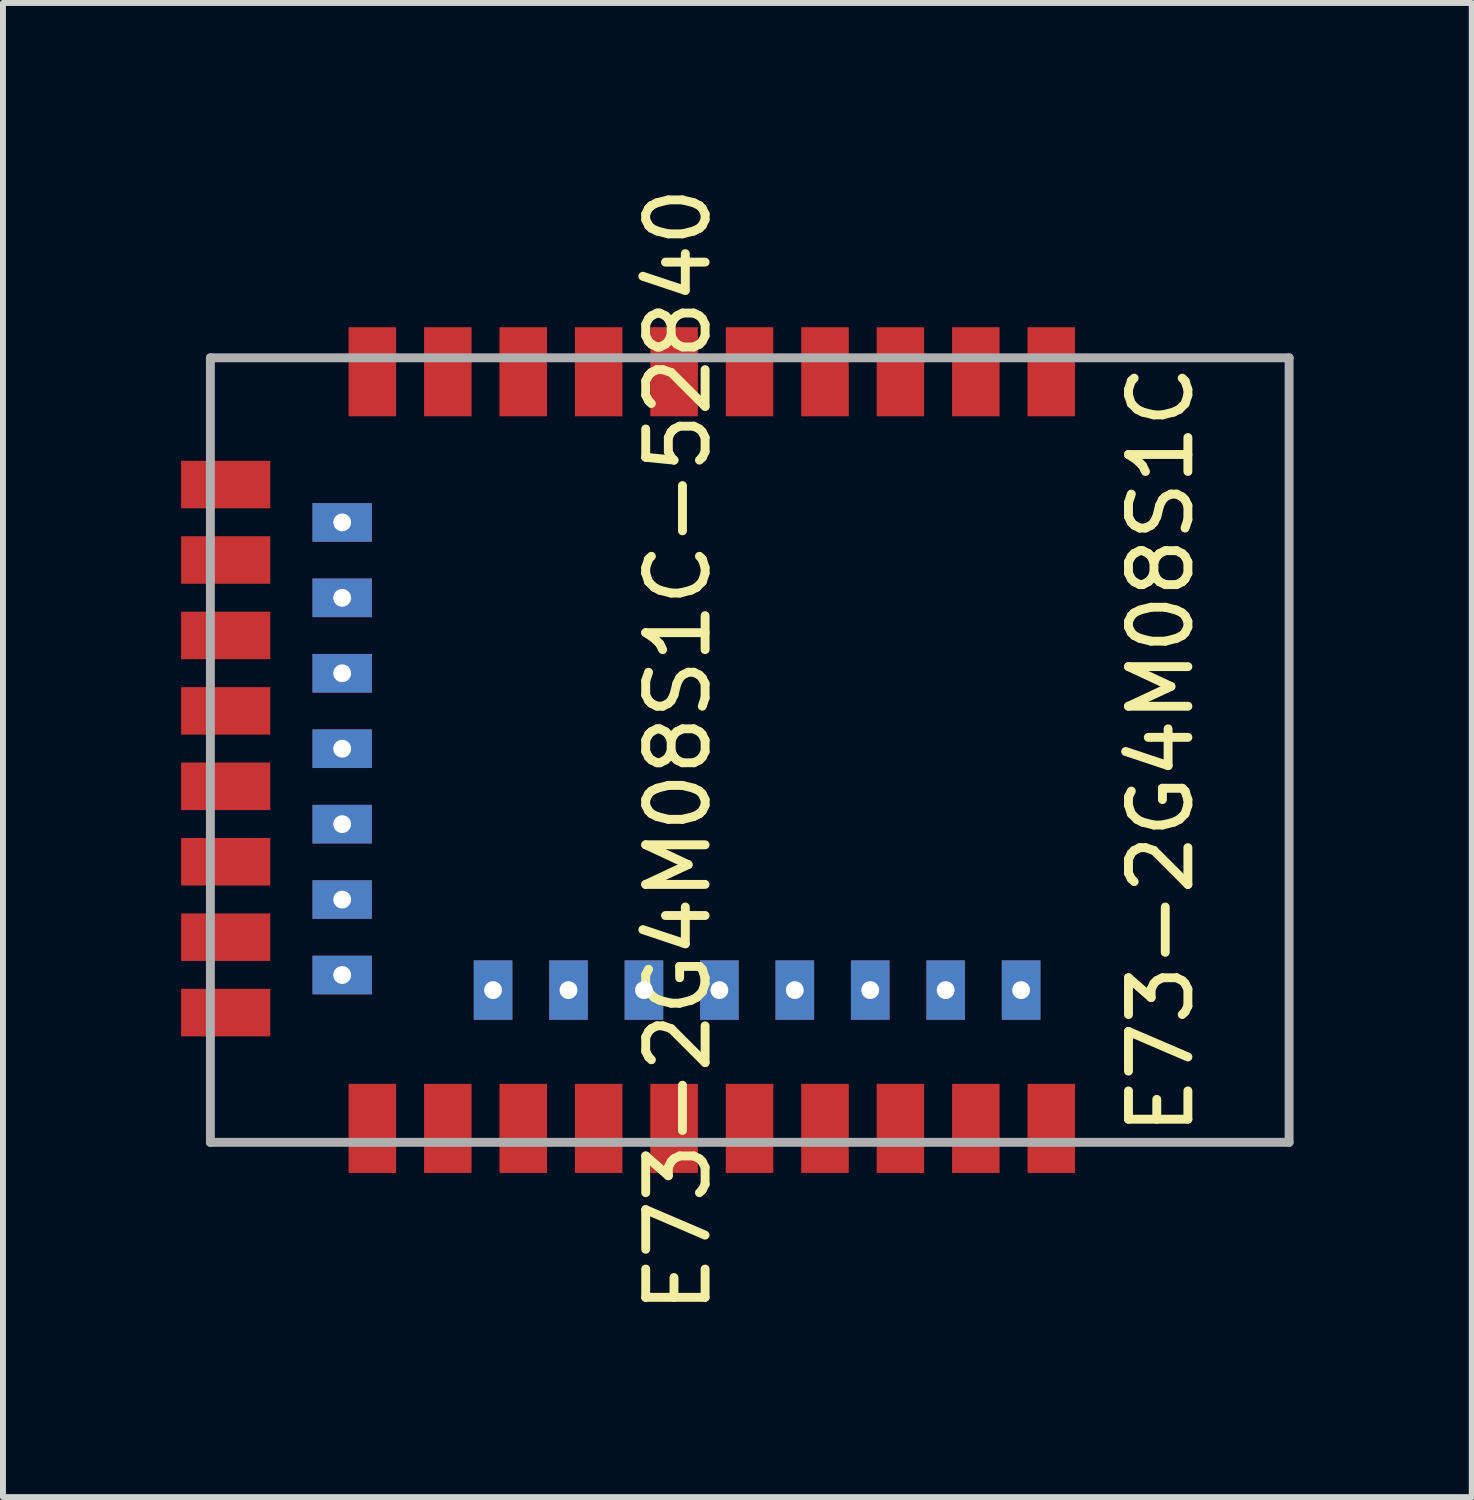
<source format=kicad_pcb>
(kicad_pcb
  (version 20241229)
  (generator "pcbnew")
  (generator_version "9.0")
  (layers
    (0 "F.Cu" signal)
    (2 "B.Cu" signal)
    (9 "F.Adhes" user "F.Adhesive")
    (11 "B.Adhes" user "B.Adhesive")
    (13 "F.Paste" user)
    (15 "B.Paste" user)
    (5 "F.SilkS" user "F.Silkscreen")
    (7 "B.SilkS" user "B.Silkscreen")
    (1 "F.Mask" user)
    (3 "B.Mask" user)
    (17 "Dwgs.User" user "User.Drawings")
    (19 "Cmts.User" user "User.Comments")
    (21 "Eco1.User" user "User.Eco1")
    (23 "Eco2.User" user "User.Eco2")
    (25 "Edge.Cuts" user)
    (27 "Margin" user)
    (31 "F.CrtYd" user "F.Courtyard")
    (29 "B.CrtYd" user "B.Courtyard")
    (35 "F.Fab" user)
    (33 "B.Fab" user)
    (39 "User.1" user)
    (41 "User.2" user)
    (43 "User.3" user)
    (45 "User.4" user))
  (footprint "E73-2G4M08S1C-52840"
    (layer "F.Cu")
    (at 0.619 9.578)
    (property "Reference" "E73-2G4M08S1C-52840" (at 7.747 -0.000467 270) (layer "F.SilkS") (effects (font (size 1 1) (thickness 0.15))))
    (attr through_hole)
    (fp_line (start -0.127 -6.604) (end -0.127 6.604) (stroke (width 0.15) (type solid)) (layer "F.Fab"))
    (fp_line (start -0.127 6.604) (end 18.034 6.604) (stroke (width 0.15) (type solid)) (layer "F.Fab"))
    (fp_line (start 18.034 -6.604) (end -0.127 -6.604) (stroke (width 0.15) (type solid)) (layer "F.Fab"))
    (fp_line (start 18.034 6.604) (end 18.034 -6.604) (stroke (width 0.15) (type solid)) (layer "F.Fab"))
    (fp_text user "E73-2G4M08S1C" (at 15.875 0 90) (layer "F.SilkS") (effects (font (size 1 1) (thickness 0.15))))
    (pad "1" smd rect (at 14.03 -6.369) (size 0.8 1.5) (layers "F.Cu" "F.Mask" "F.Paste"))
    (pad "2" smd rect (at 12.76 -6.369) (size 0.8 1.5) (layers "F.Cu" "F.Mask" "F.Paste"))
    (pad "3" smd rect (at 11.49 -6.369) (size 0.8 1.5) (layers "F.Cu" "F.Mask" "F.Paste"))
    (pad "4" smd rect (at 10.22 -6.369) (size 0.8 1.5) (layers "F.Cu" "F.Mask" "F.Paste"))
    (pad "5" smd rect (at 8.95 -6.369) (size 0.8 1.5) (layers "F.Cu" "F.Mask" "F.Paste"))
    (pad "6" smd rect (at 7.68 -6.369) (size 0.8 1.5) (layers "F.Cu" "F.Mask" "F.Paste"))
    (pad "7" smd rect (at 6.41 -6.369) (size 0.8 1.5) (layers "F.Cu" "F.Mask" "F.Paste"))
    (pad "8" smd rect (at 5.14 -6.369) (size 0.8 1.5) (layers "F.Cu" "F.Mask" "F.Paste"))
    (pad "9" smd rect (at 3.87 -6.369) (size 0.8 1.5) (layers "F.Cu" "F.Mask" "F.Paste"))
    (pad "10" smd rect (at 2.6 -6.369) (size 0.8 1.5) (layers "F.Cu" "F.Mask" "F.Paste"))
    (pad "11" smd rect (at 0.131 -4.47 90) (size 0.8 1.5) (layers "F.Cu" "F.Mask" "F.Paste"))
    (pad "12" thru_hole rect (at 2.092 -3.833 90) (size 0.65 1) (drill 0.3) (layers "*.Cu" "*.Mask"))
    (pad "13" smd rect (at 0.131 -3.2 90) (size 0.8 1.5) (layers "F.Cu" "F.Mask" "F.Paste"))
    (pad "14" thru_hole rect (at 2.092 -2.563 90) (size 0.65 1) (drill 0.3) (layers "*.Cu" "*.Mask"))
    (pad "15" smd rect (at 0.131 -1.93 90) (size 0.8 1.5) (layers "F.Cu" "F.Mask" "F.Paste"))
    (pad "16" thru_hole rect (at 2.092 -1.293 90) (size 0.65 1) (drill 0.3) (layers "*.Cu" "*.Mask"))
    (pad "17" smd rect (at 0.131 -0.66 90) (size 0.8 1.5) (layers "F.Cu" "F.Mask" "F.Paste"))
    (pad "18" thru_hole rect (at 2.092 -0.023 90) (size 0.65 1) (drill 0.3) (layers "*.Cu" "*.Mask"))
    (pad "19" smd rect (at 0.131 0.61 90) (size 0.8 1.5) (layers "F.Cu" "F.Mask" "F.Paste"))
    (pad "20" thru_hole rect (at 2.092 1.247 90) (size 0.65 1) (drill 0.3) (layers "*.Cu" "*.Mask"))
    (pad "21" smd rect (at 0.131 1.88 90) (size 0.8 1.5) (layers "F.Cu" "F.Mask" "F.Paste"))
    (pad "22" thru_hole rect (at 2.092 2.517 90) (size 0.65 1) (drill 0.3) (layers "*.Cu" "*.Mask"))
    (pad "23" smd rect (at 0.131 3.15 90) (size 0.8 1.5) (layers "F.Cu" "F.Mask" "F.Paste"))
    (pad "24" thru_hole rect (at 2.092 3.787 90) (size 0.65 1) (drill 0.3) (layers "*.Cu" "*.Mask"))
    (pad "25" smd rect (at 0.131 4.42 90) (size 0.8 1.5) (layers "F.Cu" "F.Mask" "F.Paste"))
    (pad "26" smd rect (at 2.6 6.369) (size 0.8 1.5) (layers "F.Cu" "F.Mask" "F.Paste"))
    (pad "27" smd rect (at 3.87 6.369) (size 0.8 1.5) (layers "F.Cu" "F.Mask" "F.Paste"))
    (pad "28" thru_hole rect (at 4.632 4.041) (size 0.65 1) (drill 0.3) (layers "*.Cu" "*.Mask"))
    (pad "29" smd rect (at 5.14 6.369) (size 0.8 1.5) (layers "F.Cu" "F.Mask" "F.Paste"))
    (pad "30" thru_hole rect (at 5.902 4.041) (size 0.65 1) (drill 0.3) (layers "*.Cu" "*.Mask"))
    (pad "31" smd rect (at 6.41 6.369) (size 0.8 1.5) (layers "F.Cu" "F.Mask" "F.Paste"))
    (pad "32" thru_hole rect (at 7.172 4.041) (size 0.65 1) (drill 0.3) (layers "*.Cu" "*.Mask"))
    (pad "33" smd rect (at 7.68 6.369) (size 0.8 1.5) (layers "F.Cu" "F.Mask" "F.Paste"))
    (pad "34" thru_hole rect (at 8.442 4.041) (size 0.65 1) (drill 0.3) (layers "*.Cu" "*.Mask"))
    (pad "35" smd rect (at 8.95 6.369) (size 0.8 1.5) (layers "F.Cu" "F.Mask" "F.Paste"))
    (pad "36" thru_hole rect (at 9.712 4.041) (size 0.65 1) (drill 0.3) (layers "*.Cu" "*.Mask"))
    (pad "37" smd rect (at 10.22 6.369) (size 0.8 1.5) (layers "F.Cu" "F.Mask" "F.Paste"))
    (pad "38" thru_hole rect (at 10.982 4.041) (size 0.65 1) (drill 0.3) (layers "*.Cu" "*.Mask"))
    (pad "39" smd rect (at 11.49 6.369) (size 0.8 1.5) (layers "F.Cu" "F.Mask" "F.Paste"))
    (pad "40" thru_hole rect (at 12.252 4.041) (size 0.65 1) (drill 0.3) (layers "*.Cu" "*.Mask"))
    (pad "41" smd rect (at 12.76 6.369) (size 0.8 1.5) (layers "F.Cu" "F.Mask" "F.Paste"))
    (pad "42" thru_hole rect (at 13.522 4.041) (size 0.65 1) (drill 0.3) (layers "*.Cu" "*.Mask"))
    (pad "43" smd rect (at 14.03 6.369) (size 0.8 1.5) (layers "F.Cu" "F.Mask" "F.Paste")))
  (gr_rect
    (start -3 -3)
    (end 21.728 22.155)
    (stroke (width 0.1) (type default))
    (fill no)
    (layer "Edge.Cuts")))
</source>
